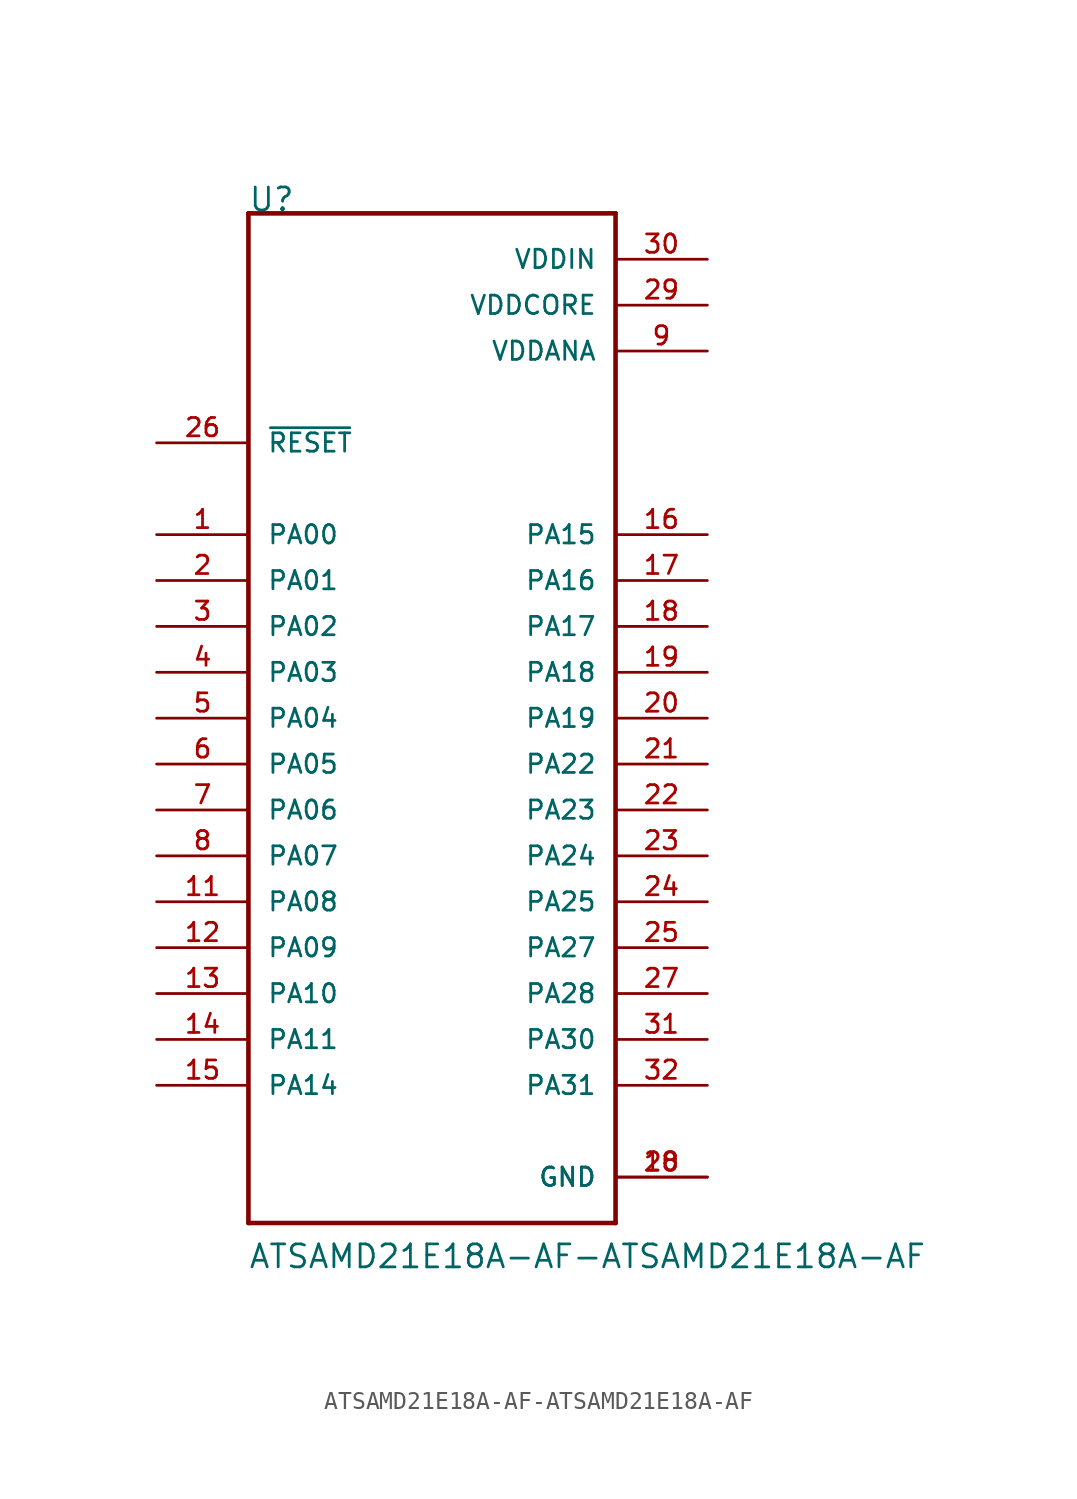
<source format=kicad_sym>
(kicad_symbol_lib
  (version 20220914)
  (generator kicad_symbol_editor)
  (symbol "ATSAMD21E18A-AF-ATSAMD21E18A-AF"
    (pin_names
      (offset 1.016))
    (property "Reference" "U"
      (at -10.185 27.965 0)
      (effects (font (size 1.27 1.27)) (justify left bottom)))
    (property "Value" "ATSAMD21E18A-AF-ATSAMD21E18A-AF"
      (at -10.185 -30.531 0)
      (effects (font (size 1.27 1.27)) (justify left bottom)))
    (property "ki_locked" ""
      (at 0 0 0)
      (effects (font (size 1.27 1.27))))
    (symbol "ATSAMD21E18A-AF-ATSAMD21E18A-AF_0_0"
      (polyline (pts (xy -10.16 -27.94) (xy -10.16 27.94)) (stroke (width 0.254) (type solid)) (fill (type none)))
      (polyline (pts (xy -10.16 27.94) (xy 10.16 27.94)) (stroke (width 0.254) (type solid)) (fill (type none)))
      (polyline (pts (xy 10.16 -27.94) (xy -10.16 -27.94)) (stroke (width 0.254) (type solid)) (fill (type none)))
      (polyline (pts (xy 10.16 27.94) (xy 10.16 -27.94)) (stroke (width 0.254) (type solid)) (fill (type none)))
      (pin bidirectional line (at -15.24 10.16 0) (length 5.08) (name "PA00" (effects (font (size 1.016 1.016)))) (number "1" (effects (font (size 1.016 1.016)))))
      (pin power_in line (at 15.24 -25.4 180) (length 5.08) (name "GND" (effects (font (size 1.016 1.016)))) (number "10" (effects (font (size 1.016 1.016)))))
      (pin bidirectional line (at -15.24 -10.16 0) (length 5.08) (name "PA08" (effects (font (size 1.016 1.016)))) (number "11" (effects (font (size 1.016 1.016)))))
      (pin bidirectional line (at -15.24 -12.7 0) (length 5.08) (name "PA09" (effects (font (size 1.016 1.016)))) (number "12" (effects (font (size 1.016 1.016)))))
      (pin bidirectional line (at -15.24 -15.24 0) (length 5.08) (name "PA10" (effects (font (size 1.016 1.016)))) (number "13" (effects (font (size 1.016 1.016)))))
      (pin bidirectional line (at -15.24 -17.78 0) (length 5.08) (name "PA11" (effects (font (size 1.016 1.016)))) (number "14" (effects (font (size 1.016 1.016)))))
      (pin bidirectional line (at -15.24 -20.32 0) (length 5.08) (name "PA14" (effects (font (size 1.016 1.016)))) (number "15" (effects (font (size 1.016 1.016)))))
      (pin bidirectional line (at 15.24 10.16 180) (length 5.08) (name "PA15" (effects (font (size 1.016 1.016)))) (number "16" (effects (font (size 1.016 1.016)))))
      (pin bidirectional line (at 15.24 7.62 180) (length 5.08) (name "PA16" (effects (font (size 1.016 1.016)))) (number "17" (effects (font (size 1.016 1.016)))))
      (pin bidirectional line (at 15.24 5.08 180) (length 5.08) (name "PA17" (effects (font (size 1.016 1.016)))) (number "18" (effects (font (size 1.016 1.016)))))
      (pin bidirectional line (at 15.24 2.54 180) (length 5.08) (name "PA18" (effects (font (size 1.016 1.016)))) (number "19" (effects (font (size 1.016 1.016)))))
      (pin bidirectional line (at -15.24 7.62 0) (length 5.08) (name "PA01" (effects (font (size 1.016 1.016)))) (number "2" (effects (font (size 1.016 1.016)))))
      (pin bidirectional line (at 15.24 0 180) (length 5.08) (name "PA19" (effects (font (size 1.016 1.016)))) (number "20" (effects (font (size 1.016 1.016)))))
      (pin bidirectional line (at 15.24 -2.54 180) (length 5.08) (name "PA22" (effects (font (size 1.016 1.016)))) (number "21" (effects (font (size 1.016 1.016)))))
      (pin bidirectional line (at 15.24 -5.08 180) (length 5.08) (name "PA23" (effects (font (size 1.016 1.016)))) (number "22" (effects (font (size 1.016 1.016)))))
      (pin bidirectional line (at 15.24 -7.62 180) (length 5.08) (name "PA24" (effects (font (size 1.016 1.016)))) (number "23" (effects (font (size 1.016 1.016)))))
      (pin bidirectional line (at 15.24 -10.16 180) (length 5.08) (name "PA25" (effects (font (size 1.016 1.016)))) (number "24" (effects (font (size 1.016 1.016)))))
      (pin bidirectional line (at 15.24 -12.7 180) (length 5.08) (name "PA27" (effects (font (size 1.016 1.016)))) (number "25" (effects (font (size 1.016 1.016)))))
      (pin input line (at -15.24 15.24 0) (length 5.08) (name "~{RESET}" (effects (font (size 1.016 1.016)))) (number "26" (effects (font (size 1.016 1.016)))))
      (pin bidirectional line (at 15.24 -15.24 180) (length 5.08) (name "PA28" (effects (font (size 1.016 1.016)))) (number "27" (effects (font (size 1.016 1.016)))))
      (pin power_in line (at 15.24 -25.4 180) (length 5.08) (name "GND" (effects (font (size 1.016 1.016)))) (number "28" (effects (font (size 1.016 1.016)))))
      (pin power_in line (at 15.24 22.86 180) (length 5.08) (name "VDDCORE" (effects (font (size 1.016 1.016)))) (number "29" (effects (font (size 1.016 1.016)))))
      (pin bidirectional line (at -15.24 5.08 0) (length 5.08) (name "PA02" (effects (font (size 1.016 1.016)))) (number "3" (effects (font (size 1.016 1.016)))))
      (pin power_in line (at 15.24 25.4 180) (length 5.08) (name "VDDIN" (effects (font (size 1.016 1.016)))) (number "30" (effects (font (size 1.016 1.016)))))
      (pin bidirectional line (at 15.24 -17.78 180) (length 5.08) (name "PA30" (effects (font (size 1.016 1.016)))) (number "31" (effects (font (size 1.016 1.016)))))
      (pin bidirectional line (at 15.24 -20.32 180) (length 5.08) (name "PA31" (effects (font (size 1.016 1.016)))) (number "32" (effects (font (size 1.016 1.016)))))
      (pin bidirectional line (at -15.24 2.54 0) (length 5.08) (name "PA03" (effects (font (size 1.016 1.016)))) (number "4" (effects (font (size 1.016 1.016)))))
      (pin bidirectional line (at -15.24 0 0) (length 5.08) (name "PA04" (effects (font (size 1.016 1.016)))) (number "5" (effects (font (size 1.016 1.016)))))
      (pin bidirectional line (at -15.24 -2.54 0) (length 5.08) (name "PA05" (effects (font (size 1.016 1.016)))) (number "6" (effects (font (size 1.016 1.016)))))
      (pin bidirectional line (at -15.24 -5.08 0) (length 5.08) (name "PA06" (effects (font (size 1.016 1.016)))) (number "7" (effects (font (size 1.016 1.016)))))
      (pin bidirectional line (at -15.24 -7.62 0) (length 5.08) (name "PA07" (effects (font (size 1.016 1.016)))) (number "8" (effects (font (size 1.016 1.016)))))
      (pin power_in line (at 15.24 20.32 180) (length 5.08) (name "VDDANA" (effects (font (size 1.016 1.016)))) (number "9" (effects (font (size 1.016 1.016))))))))
</source>
